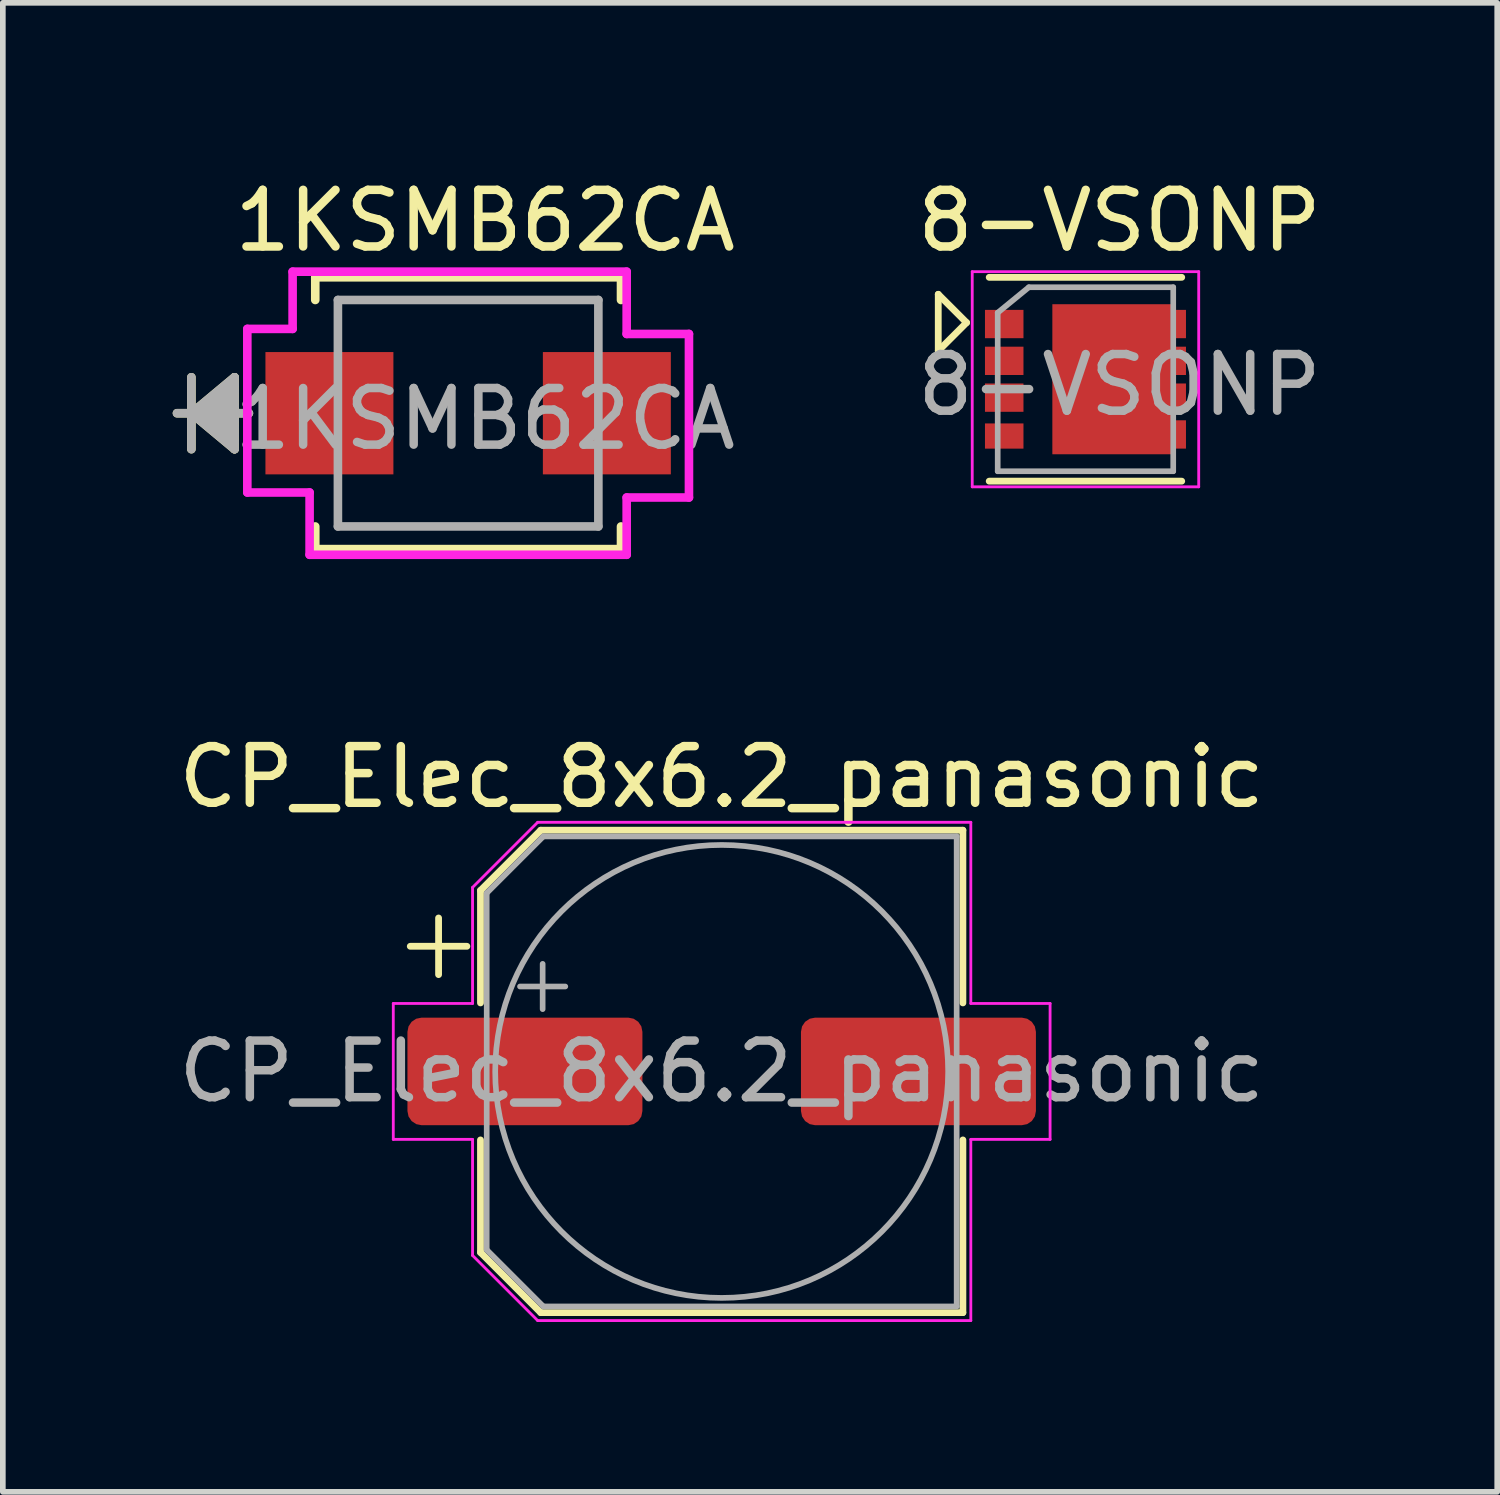
<source format=kicad_pcb>
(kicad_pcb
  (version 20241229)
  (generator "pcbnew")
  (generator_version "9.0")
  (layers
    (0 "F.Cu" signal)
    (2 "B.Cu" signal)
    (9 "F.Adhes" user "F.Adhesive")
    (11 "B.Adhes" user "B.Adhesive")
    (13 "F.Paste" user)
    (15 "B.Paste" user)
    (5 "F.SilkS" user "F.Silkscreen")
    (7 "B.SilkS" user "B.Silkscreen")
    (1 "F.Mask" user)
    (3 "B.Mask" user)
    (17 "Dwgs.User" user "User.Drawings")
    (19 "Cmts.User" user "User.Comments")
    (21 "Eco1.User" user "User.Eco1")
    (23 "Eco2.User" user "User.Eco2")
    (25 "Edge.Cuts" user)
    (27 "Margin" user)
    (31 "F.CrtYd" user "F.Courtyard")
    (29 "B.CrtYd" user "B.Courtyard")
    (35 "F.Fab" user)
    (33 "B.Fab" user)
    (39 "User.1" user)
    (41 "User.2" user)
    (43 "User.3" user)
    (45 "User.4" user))
  (footprint "1KSMB62CA"
    (layer "F.Cu")
    (at 5.218 4.248)
    (property "Reference" "1KSMB62CA" (at 0.3 -3.4 0) (layer "F.SilkS") (effects (font (size 1 1) (thickness 0.15))))
    (attr through_hole)
    (fp_line (start -4.888 -0.635) (end -4.888 0.635) (stroke (width 0.152) (type solid)) (layer "F.SilkS"))
    (fp_line (start -4.888 0) (end -4.126 -0.635) (stroke (width 0.152) (type solid)) (layer "F.SilkS"))
    (fp_line (start -4.888 0) (end -4.126 -0.508) (stroke (width 0.152) (type solid)) (layer "F.SilkS"))
    (fp_line (start -4.888 0) (end -4.126 -0.381) (stroke (width 0.152) (type solid)) (layer "F.SilkS"))
    (fp_line (start -4.888 0) (end -4.126 -0.254) (stroke (width 0.152) (type solid)) (layer "F.SilkS"))
    (fp_line (start -4.888 0) (end -4.126 -0.127) (stroke (width 0.152) (type solid)) (layer "F.SilkS"))
    (fp_line (start -4.888 0) (end -4.126 0.127) (stroke (width 0.152) (type solid)) (layer "F.SilkS"))
    (fp_line (start -4.888 0) (end -4.126 0.254) (stroke (width 0.152) (type solid)) (layer "F.SilkS"))
    (fp_line (start -4.888 0) (end -4.126 0.381) (stroke (width 0.152) (type solid)) (layer "F.SilkS"))
    (fp_line (start -4.888 0) (end -4.126 0.508) (stroke (width 0.152) (type solid)) (layer "F.SilkS"))
    (fp_line (start -4.888 0) (end -4.126 0.635) (stroke (width 0.152) (type solid)) (layer "F.SilkS"))
    (fp_line (start -4.126 -0.635) (end -4.126 0.635) (stroke (width 0.152) (type solid)) (layer "F.SilkS"))
    (fp_line (start -3.872 0) (end -5.142 0) (stroke (width 0.152) (type solid)) (layer "F.SilkS"))
    (fp_line (start -2.7 -2.4) (end -2.7 -2) (stroke (width 0.152) (type solid)) (layer "F.SilkS"))
    (fp_line (start -2.7 2) (end -2.7 2.4) (stroke (width 0.152) (type solid)) (layer "F.SilkS"))
    (fp_line (start -2.7 2.4) (end 2.7 2.4) (stroke (width 0.152) (type solid)) (layer "F.SilkS"))
    (fp_line (start 2.7 -2.4) (end -2.7 -2.4) (stroke (width 0.152) (type solid)) (layer "F.SilkS"))
    (fp_line (start 2.7 -2) (end 2.7 -2.4) (stroke (width 0.152) (type solid)) (layer "F.SilkS"))
    (fp_line (start 2.7 2.4) (end 2.7 2) (stroke (width 0.152) (type solid)) (layer "F.SilkS"))
    (fp_line (start -3.9 -1.489) (end -3.1 -1.489) (stroke (width 0.152) (type solid)) (layer "F.CrtYd"))
    (fp_line (start -3.9 1.4) (end -3.9 -1.489) (stroke (width 0.152) (type solid)) (layer "F.CrtYd"))
    (fp_line (start -3.1 -2.5) (end 2.8 -2.5) (stroke (width 0.152) (type solid)) (layer "F.CrtYd"))
    (fp_line (start -3.1 -1.489) (end -3.1 -2.5) (stroke (width 0.152) (type solid)) (layer "F.CrtYd"))
    (fp_line (start -2.8 1.4) (end -3.9 1.4) (stroke (width 0.152) (type solid)) (layer "F.CrtYd"))
    (fp_line (start -2.8 2.5) (end -2.8 1.4) (stroke (width 0.152) (type solid)) (layer "F.CrtYd"))
    (fp_line (start 2.8 -2.5) (end 2.8 -1.4) (stroke (width 0.152) (type solid)) (layer "F.CrtYd"))
    (fp_line (start 2.8 -1.4) (end 3.9 -1.4) (stroke (width 0.152) (type solid)) (layer "F.CrtYd"))
    (fp_line (start 2.8 1.489) (end 2.8 2.5) (stroke (width 0.152) (type solid)) (layer "F.CrtYd"))
    (fp_line (start 2.8 2.5) (end -2.8 2.5) (stroke (width 0.152) (type solid)) (layer "F.CrtYd"))
    (fp_line (start 3.9 -1.4) (end 3.9 1.489) (stroke (width 0.152) (type solid)) (layer "F.CrtYd"))
    (fp_line (start 3.9 1.489) (end 2.8 1.489) (stroke (width 0.152) (type solid)) (layer "F.CrtYd"))
    (fp_line (start -4.888 -0.635) (end -4.888 0.635) (stroke (width 0.152) (type solid)) (layer "F.Fab"))
    (fp_line (start -4.888 0) (end -4.126 -0.635) (stroke (width 0.152) (type solid)) (layer "F.Fab"))
    (fp_line (start -4.888 0) (end -4.126 -0.508) (stroke (width 0.152) (type solid)) (layer "F.Fab"))
    (fp_line (start -4.888 0) (end -4.126 -0.381) (stroke (width 0.152) (type solid)) (layer "F.Fab"))
    (fp_line (start -4.888 0) (end -4.126 -0.254) (stroke (width 0.152) (type solid)) (layer "F.Fab"))
    (fp_line (start -4.888 0) (end -4.126 -0.127) (stroke (width 0.152) (type solid)) (layer "F.Fab"))
    (fp_line (start -4.888 0) (end -4.126 0.127) (stroke (width 0.152) (type solid)) (layer "F.Fab"))
    (fp_line (start -4.888 0) (end -4.126 0.254) (stroke (width 0.152) (type solid)) (layer "F.Fab"))
    (fp_line (start -4.888 0) (end -4.126 0.381) (stroke (width 0.152) (type solid)) (layer "F.Fab"))
    (fp_line (start -4.888 0) (end -4.126 0.508) (stroke (width 0.152) (type solid)) (layer "F.Fab"))
    (fp_line (start -4.888 0) (end -4.126 0.635) (stroke (width 0.152) (type solid)) (layer "F.Fab"))
    (fp_line (start -4.126 -0.635) (end -4.126 0.635) (stroke (width 0.152) (type solid)) (layer "F.Fab"))
    (fp_line (start -3.872 0) (end -5.142 0) (stroke (width 0.152) (type solid)) (layer "F.Fab"))
    (fp_line (start -2.3 -2) (end -2.3 2) (stroke (width 0.152) (type solid)) (layer "F.Fab"))
    (fp_line (start -2.3 2) (end 2.3 2) (stroke (width 0.152) (type solid)) (layer "F.Fab"))
    (fp_line (start 2.3 -2) (end -2.3 -2) (stroke (width 0.152) (type solid)) (layer "F.Fab"))
    (fp_line (start 2.3 2) (end 2.3 -2) (stroke (width 0.152) (type solid)) (layer "F.Fab"))
    (fp_text user "${REFERENCE}" (at 0.3 0.1 0) (layer "F.Fab") (effects (font (size 1 1) (thickness 0.15))))
    (pad "1" smd rect (at -2.45 0 90) (size 2.16 2.26) (layers "F.Cu" "F.Mask" "F.Paste"))
    (pad "2" smd rect (at 2.45 0 90) (size 2.16 2.26) (layers "F.Cu" "F.Mask" "F.Paste")))
  (footprint "8-VSONP"
    (layer "F.Cu")
    (at 16.121 3.648)
    (property "Reference" "8-VSONP" (at 0.6 -2.8 0) (layer "F.SilkS") (effects (font (size 1 1) (thickness 0.15))))
    (attr smd)
    (fp_line (start -2.6 -1.5) (end -2.6 -0.5) (stroke (width 0.12) (type solid)) (layer "F.SilkS"))
    (fp_line (start -2.6 -0.5) (end -2.1 -1) (stroke (width 0.12) (type solid)) (layer "F.SilkS"))
    (fp_line (start -2.1 -1) (end -2.6 -1.5) (stroke (width 0.12) (type solid)) (layer "F.SilkS"))
    (fp_line (start -1.7 -1.8) (end 1.7 -1.8) (stroke (width 0.12) (type solid)) (layer "F.SilkS"))
    (fp_line (start 1.7 1.8) (end -1.7 1.8) (stroke (width 0.12) (type solid)) (layer "F.SilkS"))
    (fp_line (start -2 -1.9) (end 2 -1.9) (stroke (width 0.05) (type solid)) (layer "F.CrtYd"))
    (fp_line (start -2 1.9) (end -2 -1.9) (stroke (width 0.05) (type solid)) (layer "F.CrtYd"))
    (fp_line (start 2 -1.9) (end 2 1.9) (stroke (width 0.05) (type solid)) (layer "F.CrtYd"))
    (fp_line (start 2 1.9) (end -2 1.9) (stroke (width 0.05) (type solid)) (layer "F.CrtYd"))
    (fp_line (start -1.55 -1.175) (end -1 -1.625) (stroke (width 0.1) (type solid)) (layer "F.Fab"))
    (fp_line (start -1.55 1.625) (end -1.55 -1.175) (stroke (width 0.1) (type solid)) (layer "F.Fab"))
    (fp_line (start -1 -1.625) (end 1.55 -1.625) (stroke (width 0.1) (type solid)) (layer "F.Fab"))
    (fp_line (start 1.55 1.625) (end -1.55 1.625) (stroke (width 0.1) (type solid)) (layer "F.Fab"))
    (fp_line (start 1.55 1.625) (end 1.55 -1.625) (stroke (width 0.1) (type solid)) (layer "F.Fab"))
    (fp_text user "${REFERENCE}" (at 0.6 0.1 0) (layer "F.Fab") (effects (font (size 1 1) (thickness 0.15))))
    (pad "" smd rect (at 0.265 -0.65) (size 1.45 1.02) (layers "F.Paste"))
    (pad "" smd rect (at 0.265 0.65) (size 1.45 1.02) (layers "F.Paste"))
    (pad "1" smd rect (at -1.435 -0.975) (size 0.68 0.5) (layers "F.Cu" "F.Mask" "F.Paste"))
    (pad "2" smd rect (at -1.435 -0.325) (size 0.68 0.5) (layers "F.Cu" "F.Mask" "F.Paste"))
    (pad "3" smd rect (at -1.435 0.325) (size 0.68 0.5) (layers "F.Cu" "F.Mask" "F.Paste"))
    (pad "4" smd rect (at -1.435 1.003) (size 0.68 0.445) (layers "F.Cu" "F.Mask" "F.Paste"))
    (pad "5" smd rect (at 1.435 0.975) (size 0.68 0.5) (layers "F.Cu" "F.Mask" "F.Paste"))
    (pad "6" smd rect (at 1.435 0.325) (size 0.68 0.5) (layers "F.Cu" "F.Mask" "F.Paste"))
    (pad "7" smd rect (at 1.435 -0.325) (size 0.68 0.5) (layers "F.Cu" "F.Mask" "F.Paste"))
    (pad "8" smd rect (at 1.435 -0.975) (size 0.68 0.5) (layers "F.Cu" "F.Mask" "F.Paste"))
    (pad "9" smd rect (at 0.465 0) (size 2.1 2.65) (layers "F.Cu" "F.Mask")))
  (footprint "CP_Elec_8x6.2_panasonic"
    (layer "F.Cu")
    (at 9.696 15.873)
    (property "Reference" "CP_Elec_8x6.2_panasonic" (at 0 -5.2 0) (layer "F.SilkS") (effects (font (size 1 1) (thickness 0.15))))
    (attr smd)
    (fp_line (start -5.5 -2.21) (end -4.5 -2.21) (stroke (width 0.12) (type solid)) (layer "F.SilkS"))
    (fp_line (start -5 -2.71) (end -5 -1.71) (stroke (width 0.12) (type solid)) (layer "F.SilkS"))
    (fp_line (start -4.26 -3.196) (end -4.26 -1.21) (stroke (width 0.12) (type solid)) (layer "F.SilkS"))
    (fp_line (start -4.26 -3.196) (end -3.196 -4.26) (stroke (width 0.12) (type solid)) (layer "F.SilkS"))
    (fp_line (start -4.26 3.196) (end -4.26 1.21) (stroke (width 0.12) (type solid)) (layer "F.SilkS"))
    (fp_line (start -4.26 3.196) (end -3.196 4.26) (stroke (width 0.12) (type solid)) (layer "F.SilkS"))
    (fp_line (start -3.196 -4.26) (end 4.26 -4.26) (stroke (width 0.12) (type solid)) (layer "F.SilkS"))
    (fp_line (start -3.196 4.26) (end 4.26 4.26) (stroke (width 0.12) (type solid)) (layer "F.SilkS"))
    (fp_line (start 4.26 -4.26) (end 4.26 -1.21) (stroke (width 0.12) (type solid)) (layer "F.SilkS"))
    (fp_line (start 4.26 4.26) (end 4.26 1.21) (stroke (width 0.12) (type solid)) (layer "F.SilkS"))
    (fp_line (start -5.8 -1.2) (end -5.8 1.2) (stroke (width 0.05) (type solid)) (layer "F.CrtYd"))
    (fp_line (start -5.8 1.2) (end -4.4 1.2) (stroke (width 0.05) (type solid)) (layer "F.CrtYd"))
    (fp_line (start -4.4 -3.25) (end -4.4 -1.2) (stroke (width 0.05) (type solid)) (layer "F.CrtYd"))
    (fp_line (start -4.4 -3.25) (end -3.25 -4.4) (stroke (width 0.05) (type solid)) (layer "F.CrtYd"))
    (fp_line (start -4.4 -1.2) (end -5.8 -1.2) (stroke (width 0.05) (type solid)) (layer "F.CrtYd"))
    (fp_line (start -4.4 1.2) (end -4.4 3.25) (stroke (width 0.05) (type solid)) (layer "F.CrtYd"))
    (fp_line (start -4.4 3.25) (end -3.25 4.4) (stroke (width 0.05) (type solid)) (layer "F.CrtYd"))
    (fp_line (start -3.25 -4.4) (end 4.4 -4.4) (stroke (width 0.05) (type solid)) (layer "F.CrtYd"))
    (fp_line (start -3.25 4.4) (end 4.4 4.4) (stroke (width 0.05) (type solid)) (layer "F.CrtYd"))
    (fp_line (start 4.4 -4.4) (end 4.4 -1.2) (stroke (width 0.05) (type solid)) (layer "F.CrtYd"))
    (fp_line (start 4.4 -1.2) (end 5.8 -1.2) (stroke (width 0.05) (type solid)) (layer "F.CrtYd"))
    (fp_line (start 4.4 1.2) (end 4.4 4.4) (stroke (width 0.05) (type solid)) (layer "F.CrtYd"))
    (fp_line (start 5.8 -1.2) (end 5.8 1.2) (stroke (width 0.05) (type solid)) (layer "F.CrtYd"))
    (fp_line (start 5.8 1.2) (end 4.4 1.2) (stroke (width 0.05) (type solid)) (layer "F.CrtYd"))
    (fp_line (start -4.15 -3.15) (end -4.15 3.15) (stroke (width 0.1) (type solid)) (layer "F.Fab"))
    (fp_line (start -4.15 -3.15) (end -3.15 -4.15) (stroke (width 0.1) (type solid)) (layer "F.Fab"))
    (fp_line (start -4.15 3.15) (end -3.15 4.15) (stroke (width 0.1) (type solid)) (layer "F.Fab"))
    (fp_line (start -3.562 -1.5) (end -2.762 -1.5) (stroke (width 0.1) (type solid)) (layer "F.Fab"))
    (fp_line (start -3.162 -1.9) (end -3.162 -1.1) (stroke (width 0.1) (type solid)) (layer "F.Fab"))
    (fp_line (start -3.15 -4.15) (end 4.15 -4.15) (stroke (width 0.1) (type solid)) (layer "F.Fab"))
    (fp_line (start -3.15 4.15) (end 4.15 4.15) (stroke (width 0.1) (type solid)) (layer "F.Fab"))
    (fp_line (start 4.15 -4.15) (end 4.15 4.15) (stroke (width 0.1) (type solid)) (layer "F.Fab"))
    (fp_circle (center 0 0) (end 4 0) (stroke (width 0.1) (type solid)) (fill no) (layer "F.Fab"))
    (fp_text user "${REFERENCE}" (at 0 0 0) (layer "F.Fab") (effects (font (size 1 1) (thickness 0.15))))
    (pad "1" smd roundrect (at -3.475 0) (size 4.15 1.9) (layers "F.Cu" "F.Mask" "F.Paste") (roundrect_rratio 0.132))
    (pad "2" smd roundrect (at 3.475 0) (size 4.15 1.9) (layers "F.Cu" "F.Mask" "F.Paste") (roundrect_rratio 0.132)))
  (gr_rect
    (start -3 -3)
    (end 23.393 23.298)
    (stroke (width 0.1) (type default))
    (fill no)
    (layer "Edge.Cuts")))
</source>
